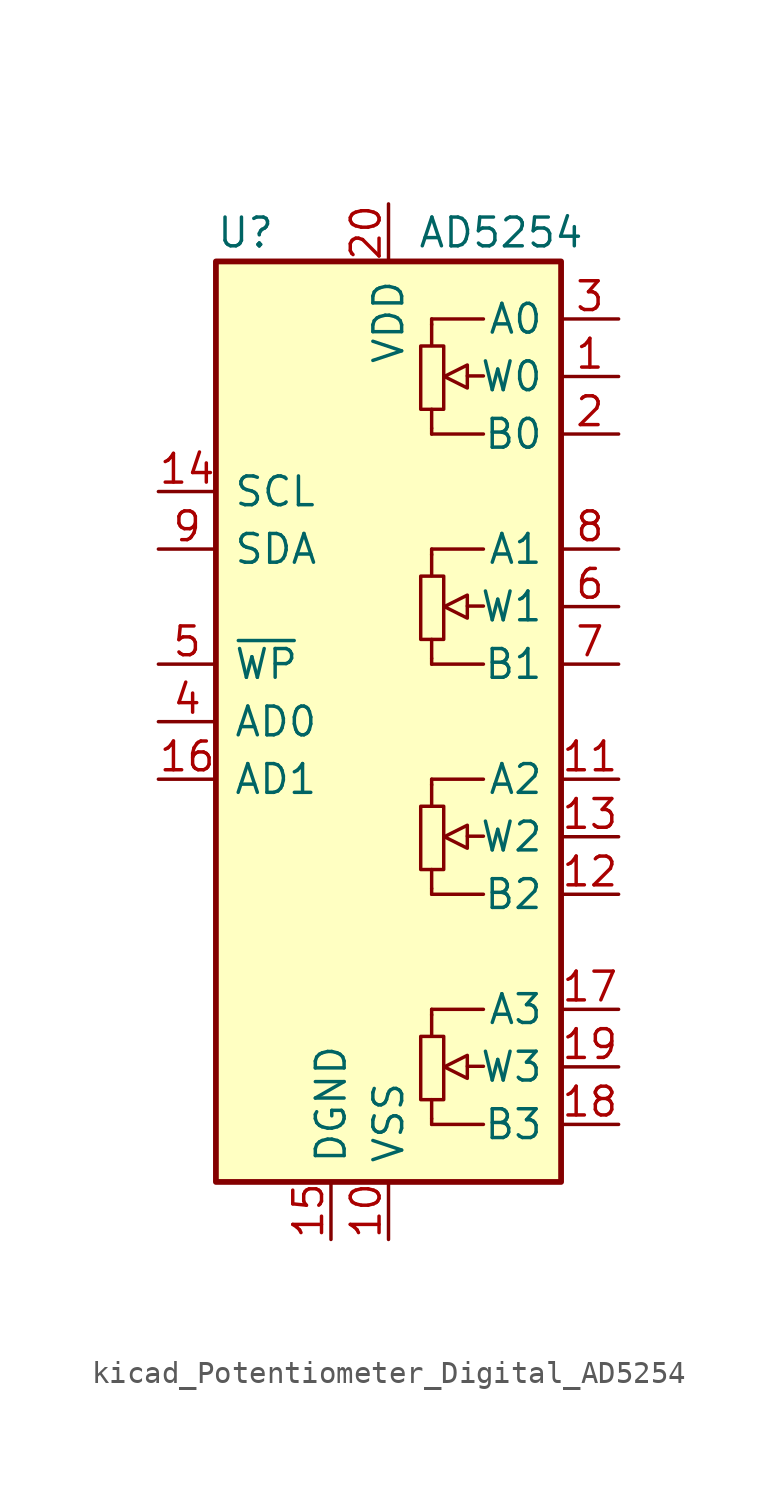
<source format=kicad_sym>
(kicad_symbol_lib
  (version 20220914)
  (generator kicad_symbol_editor)
  (symbol "kicad_Potentiometer_Digital_AD5254"
    (pin_names
      (offset 0.762))
    (property "Reference" "U"
      (at -7.62 21.59 0)
      (effects (font (size 1.27 1.27)) (justify left)))
    (property "Value" "AD5254"
      (at 1.27 21.59 0)
      (effects (font (size 1.27 1.27)) (justify left)))
    (symbol "kicad_Potentiometer_Digital_AD5254_0_1"
      (rectangle (start -7.62 20.32) (end 7.62 -20.32) (stroke (width 0.254) (type default)) (fill (type background))))
    (symbol "kicad_Potentiometer_Digital_AD5254_1_1"
      (polyline (pts (xy 1.905 -17.526) (xy 1.905 -16.688)) (stroke (width 0) (type default)) (fill (type none)))
      (polyline (pts (xy 1.905 -12.929) (xy 1.905 -13.868)) (stroke (width 0) (type default)) (fill (type none)))
      (polyline (pts (xy 1.905 -7.366) (xy 1.905 -6.528)) (stroke (width 0) (type default)) (fill (type none)))
      (polyline (pts (xy 1.905 -2.769) (xy 1.905 -3.708)) (stroke (width 0) (type default)) (fill (type none)))
      (polyline (pts (xy 1.905 2.794) (xy 1.905 3.632)) (stroke (width 0) (type default)) (fill (type none)))
      (polyline (pts (xy 1.905 7.391) (xy 1.905 6.452)) (stroke (width 0) (type default)) (fill (type none)))
      (polyline (pts (xy 1.905 12.954) (xy 1.905 13.792)) (stroke (width 0) (type default)) (fill (type none)))
      (polyline (pts (xy 1.905 17.551) (xy 1.905 16.612)) (stroke (width 0) (type default)) (fill (type none)))
      (polyline (pts (xy 3.48 -15.215) (xy 4.191 -15.215)) (stroke (width 0) (type default)) (fill (type none)))
      (polyline (pts (xy 3.48 -5.055) (xy 4.191 -5.055)) (stroke (width 0) (type default)) (fill (type none)))
      (polyline (pts (xy 3.48 5.105) (xy 4.191 5.105)) (stroke (width 0) (type default)) (fill (type none)))
      (polyline (pts (xy 3.48 15.265) (xy 4.191 15.265)) (stroke (width 0) (type default)) (fill (type none)))
      (polyline (pts (xy 1.905 -17.78) (xy 1.905 -17.526) (xy 1.905 -17.526)) (stroke (width 0) (type default)) (fill (type background)))
      (polyline (pts (xy 1.905 -17.78) (xy 4.191 -17.78) (xy 4.191 -17.78)) (stroke (width 0) (type default)) (fill (type background)))
      (polyline (pts (xy 1.905 -12.7) (xy 1.905 -12.954) (xy 1.905 -12.954)) (stroke (width 0) (type default)) (fill (type none)))
      (polyline (pts (xy 1.905 -12.7) (xy 4.191 -12.7) (xy 4.191 -12.7)) (stroke (width 0) (type default)) (fill (type background)))
      (polyline (pts (xy 1.905 -7.62) (xy 1.905 -7.366) (xy 1.905 -7.366)) (stroke (width 0) (type default)) (fill (type background)))
      (polyline (pts (xy 1.905 -7.62) (xy 4.191 -7.62) (xy 4.191 -7.62)) (stroke (width 0) (type default)) (fill (type background)))
      (polyline (pts (xy 1.905 -2.54) (xy 1.905 -2.794) (xy 1.905 -2.794)) (stroke (width 0) (type default)) (fill (type none)))
      (polyline (pts (xy 1.905 -2.54) (xy 4.191 -2.54) (xy 4.191 -2.54)) (stroke (width 0) (type default)) (fill (type background)))
      (polyline (pts (xy 1.905 2.54) (xy 1.905 2.794) (xy 1.905 2.794)) (stroke (width 0) (type default)) (fill (type background)))
      (polyline (pts (xy 1.905 2.54) (xy 4.191 2.54) (xy 4.191 2.54)) (stroke (width 0) (type default)) (fill (type background)))
      (polyline (pts (xy 1.905 7.62) (xy 1.905 7.366) (xy 1.905 7.366)) (stroke (width 0) (type default)) (fill (type none)))
      (polyline (pts (xy 1.905 7.62) (xy 4.191 7.62) (xy 4.191 7.62)) (stroke (width 0) (type default)) (fill (type background)))
      (polyline (pts (xy 1.905 12.7) (xy 1.905 12.954) (xy 1.905 12.954)) (stroke (width 0) (type default)) (fill (type background)))
      (polyline (pts (xy 1.905 12.7) (xy 4.191 12.7) (xy 4.191 12.7)) (stroke (width 0) (type default)) (fill (type background)))
      (polyline (pts (xy 1.905 17.78) (xy 1.905 17.526) (xy 1.905 17.526)) (stroke (width 0) (type default)) (fill (type none)))
      (polyline (pts (xy 1.905 17.78) (xy 4.191 17.78) (xy 4.191 17.78)) (stroke (width 0) (type default)) (fill (type background)))
      (polyline (pts (xy 3.48 -14.732) (xy 3.48 -15.748) (xy 2.464 -15.24) (xy 3.48 -14.732) (xy 3.48 -14.732)) (stroke (width 0) (type default)) (fill (type background)))
      (polyline (pts (xy 3.48 -4.572) (xy 3.48 -5.588) (xy 2.464 -5.08) (xy 3.48 -4.572) (xy 3.48 -4.572)) (stroke (width 0) (type default)) (fill (type background)))
      (polyline (pts (xy 3.48 5.588) (xy 3.48 4.572) (xy 2.464 5.08) (xy 3.48 5.588) (xy 3.48 5.588)) (stroke (width 0) (type default)) (fill (type background)))
      (polyline (pts (xy 3.48 15.748) (xy 3.48 14.732) (xy 2.464 15.24) (xy 3.48 15.748) (xy 3.48 15.748)) (stroke (width 0) (type default)) (fill (type background)))
      (rectangle (start 1.422 -13.894) (end 2.438 -16.688) (stroke (width 0) (type default)) (fill (type none)))
      (rectangle (start 1.422 -3.734) (end 2.438 -6.528) (stroke (width 0) (type default)) (fill (type none)))
      (rectangle (start 1.422 6.426) (end 2.438 3.632) (stroke (width 0) (type default)) (fill (type none)))
      (rectangle (start 1.422 16.586) (end 2.438 13.792) (stroke (width 0) (type default)) (fill (type none)))
      (pin passive line (at 10.16 15.24 180) (length 2.54) (name "W0" (effects (font (size 1.27 1.27)))) (number "1" (effects (font (size 1.27 1.27)))))
      (pin power_in line (at 0 -22.86 90) (length 2.54) (name "VSS" (effects (font (size 1.27 1.27)))) (number "10" (effects (font (size 1.27 1.27)))))
      (pin passive line (at 10.16 -2.54 180) (length 2.54) (name "A2" (effects (font (size 1.27 1.27)))) (number "11" (effects (font (size 1.27 1.27)))))
      (pin passive line (at 10.16 -7.62 180) (length 2.54) (name "B2" (effects (font (size 1.27 1.27)))) (number "12" (effects (font (size 1.27 1.27)))))
      (pin passive line (at 10.16 -5.08 180) (length 2.54) (name "W2" (effects (font (size 1.27 1.27)))) (number "13" (effects (font (size 1.27 1.27)))))
      (pin input line (at -10.16 10.16 0) (length 2.54) (name "SCL" (effects (font (size 1.27 1.27)))) (number "14" (effects (font (size 1.27 1.27)))))
      (pin power_in line (at -2.54 -22.86 90) (length 2.54) (name "DGND" (effects (font (size 1.27 1.27)))) (number "15" (effects (font (size 1.27 1.27)))))
      (pin input line (at -10.16 -2.54 0) (length 2.54) (name "AD1" (effects (font (size 1.27 1.27)))) (number "16" (effects (font (size 1.27 1.27)))))
      (pin passive line (at 10.16 -12.7 180) (length 2.54) (name "A3" (effects (font (size 1.27 1.27)))) (number "17" (effects (font (size 1.27 1.27)))))
      (pin passive line (at 10.16 -17.78 180) (length 2.54) (name "B3" (effects (font (size 1.27 1.27)))) (number "18" (effects (font (size 1.27 1.27)))))
      (pin passive line (at 10.16 -15.24 180) (length 2.54) (name "W3" (effects (font (size 1.27 1.27)))) (number "19" (effects (font (size 1.27 1.27)))))
      (pin passive line (at 10.16 12.7 180) (length 2.54) (name "B0" (effects (font (size 1.27 1.27)))) (number "2" (effects (font (size 1.27 1.27)))))
      (pin power_in line (at 0 22.86 270) (length 2.54) (name "VDD" (effects (font (size 1.27 1.27)))) (number "20" (effects (font (size 1.27 1.27)))))
      (pin passive line (at 10.16 17.78 180) (length 2.54) (name "A0" (effects (font (size 1.27 1.27)))) (number "3" (effects (font (size 1.27 1.27)))))
      (pin input line (at -10.16 0 0) (length 2.54) (name "AD0" (effects (font (size 1.27 1.27)))) (number "4" (effects (font (size 1.27 1.27)))))
      (pin input line (at -10.16 2.54 0) (length 2.54) (name "~{WP}" (effects (font (size 1.27 1.27)))) (number "5" (effects (font (size 1.27 1.27)))))
      (pin passive line (at 10.16 5.08 180) (length 2.54) (name "W1" (effects (font (size 1.27 1.27)))) (number "6" (effects (font (size 1.27 1.27)))))
      (pin passive line (at 10.16 2.54 180) (length 2.54) (name "B1" (effects (font (size 1.27 1.27)))) (number "7" (effects (font (size 1.27 1.27)))))
      (pin passive line (at 10.16 7.62 180) (length 2.54) (name "A1" (effects (font (size 1.27 1.27)))) (number "8" (effects (font (size 1.27 1.27)))))
      (pin bidirectional line (at -10.16 7.62 0) (length 2.54) (name "SDA" (effects (font (size 1.27 1.27)))) (number "9" (effects (font (size 1.27 1.27))))))))
</source>
